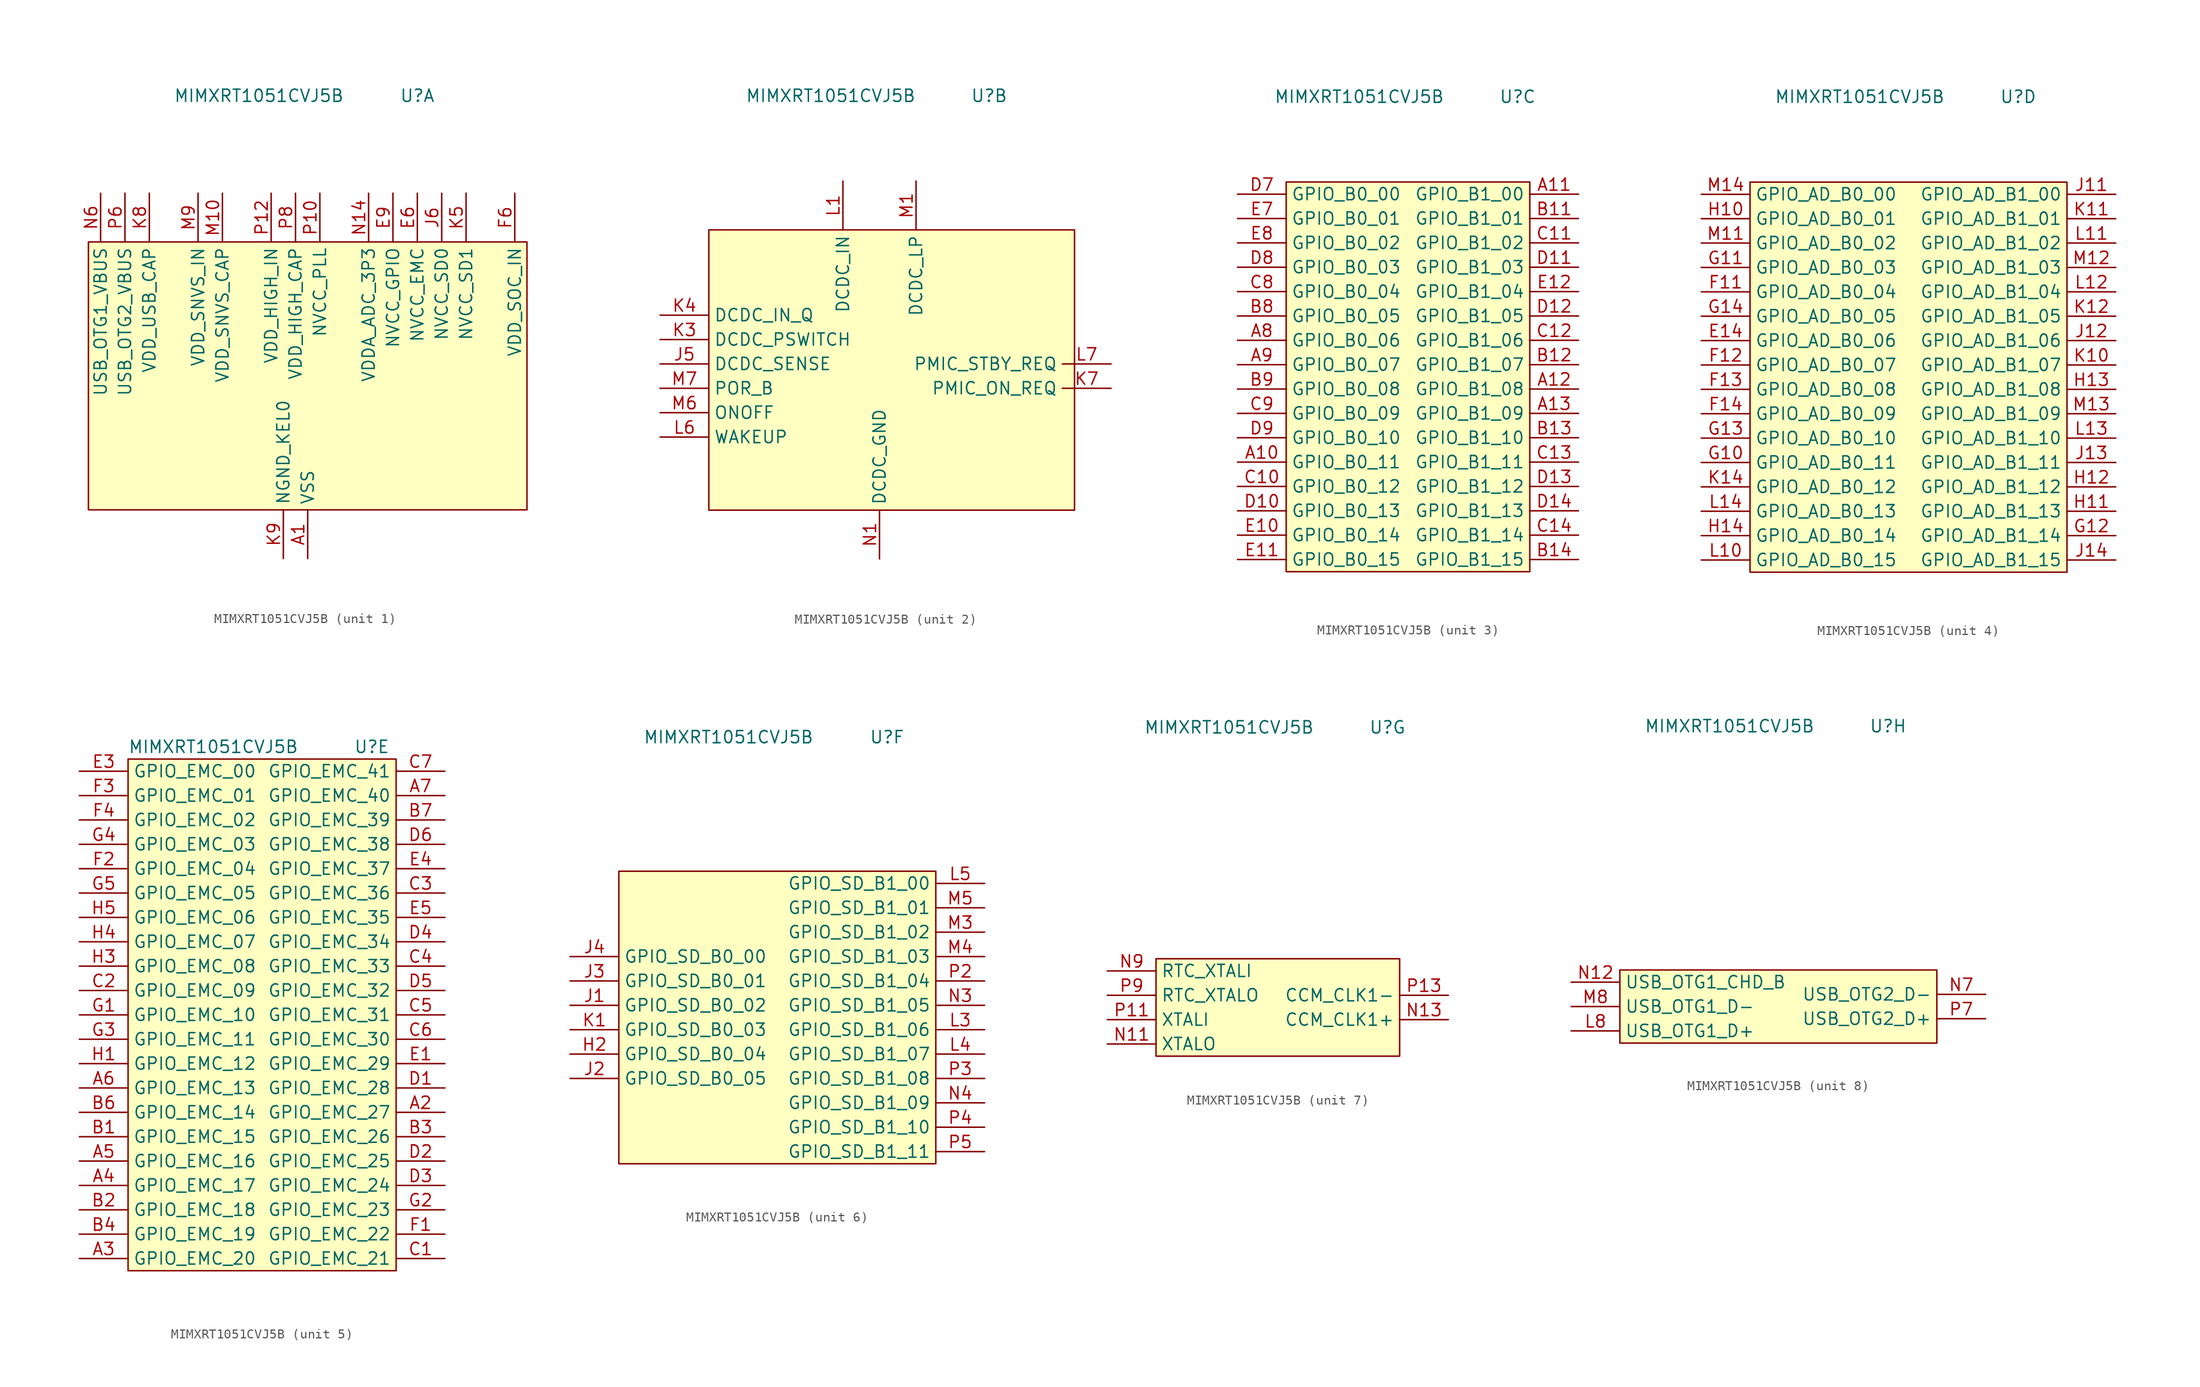
<source format=kicad_sym>
(kicad_symbol_lib
  (version 20211014)
  (generator kicad_symbol_editor)
  (symbol "MIMXRT1051CVJ5B"
    (property "Reference" "U"
      (at 11.43 29.21 0)
      (effects (font (size 1.27 1.27))))
    (property "Value" "MIMXRT1051CVJ5B"
      (at -5.08 29.21 0)
      (effects (font (size 1.27 1.27))))
    (property "ki_locked" ""
      (at 0 0 0)
      (effects (font (size 1.27 1.27))))
    (symbol "MIMXRT1051CVJ5B_1_0"
      (rectangle (start -22.86 13.97) (end 22.86 -13.97) (stroke (width 0.152) (type default) (color 0 0 0 0)) (fill (type background))))
    (symbol "MIMXRT1051CVJ5B_1_1"
      (pin power_in line (at 0 -19.05 90) (length 5.08) (name "VSS" (effects (font (size 1.27 1.27)))) (number "A1" (effects (font (size 1.27 1.27)))))
      (pin power_in line (at 0 -19.05 90) (length 5.08) hide (name "VSS" (effects (font (size 1.27 1.27)))) (number "A14" (effects (font (size 1.27 1.27)))))
      (pin power_in line (at 0 -19.05 90) (length 5.08) hide (name "VSS" (effects (font (size 1.27 1.27)))) (number "B10" (effects (font (size 1.27 1.27)))))
      (pin power_in line (at 0 -19.05 90) (length 5.08) hide (name "VSS" (effects (font (size 1.27 1.27)))) (number "B5" (effects (font (size 1.27 1.27)))))
      (pin power_in line (at 0 -19.05 90) (length 5.08) hide (name "VSS" (effects (font (size 1.27 1.27)))) (number "E13" (effects (font (size 1.27 1.27)))))
      (pin power_in line (at 0 -19.05 90) (length 5.08) hide (name "VSS" (effects (font (size 1.27 1.27)))) (number "E2" (effects (font (size 1.27 1.27)))))
      (pin power_in line (at 11.43 19.05 270) (length 5.08) (name "NVCC_EMC" (effects (font (size 1.27 1.27)))) (number "E6" (effects (font (size 1.27 1.27)))))
      (pin power_in line (at 8.89 19.05 270) (length 5.08) (name "NVCC_GPIO" (effects (font (size 1.27 1.27)))) (number "E9" (effects (font (size 1.27 1.27)))))
      (pin power_in line (at 8.89 19.05 270) (length 5.08) hide (name "NVCC_GPIO" (effects (font (size 1.27 1.27)))) (number "F10" (effects (font (size 1.27 1.27)))))
      (pin power_in line (at 11.43 19.05 270) (length 5.08) hide (name "NVCC_EMC" (effects (font (size 1.27 1.27)))) (number "F5" (effects (font (size 1.27 1.27)))))
      (pin power_in line (at 21.59 19.05 270) (length 5.08) (name "VDD_SOC_IN" (effects (font (size 1.27 1.27)))) (number "F6" (effects (font (size 1.27 1.27)))))
      (pin power_in line (at 21.59 19.05 270) (length 5.08) hide (name "VDD_SOC_IN" (effects (font (size 1.27 1.27)))) (number "F7" (effects (font (size 1.27 1.27)))))
      (pin power_in line (at 21.59 19.05 270) (length 5.08) hide (name "VDD_SOC_IN" (effects (font (size 1.27 1.27)))) (number "F8" (effects (font (size 1.27 1.27)))))
      (pin power_in line (at 21.59 19.05 270) (length 5.08) hide (name "VDD_SOC_IN" (effects (font (size 1.27 1.27)))) (number "F9" (effects (font (size 1.27 1.27)))))
      (pin power_in line (at 21.59 19.05 270) (length 5.08) hide (name "VDD_SOC_IN" (effects (font (size 1.27 1.27)))) (number "G6" (effects (font (size 1.27 1.27)))))
      (pin power_in line (at 0 -19.05 90) (length 5.08) hide (name "VSS" (effects (font (size 1.27 1.27)))) (number "G7" (effects (font (size 1.27 1.27)))))
      (pin power_in line (at 0 -19.05 90) (length 5.08) hide (name "VSS" (effects (font (size 1.27 1.27)))) (number "G8" (effects (font (size 1.27 1.27)))))
      (pin power_in line (at 21.59 19.05 270) (length 5.08) hide (name "VDD_SOC_IN" (effects (font (size 1.27 1.27)))) (number "G9" (effects (font (size 1.27 1.27)))))
      (pin power_in line (at 21.59 19.05 270) (length 5.08) hide (name "VDD_SOC_IN" (effects (font (size 1.27 1.27)))) (number "H6" (effects (font (size 1.27 1.27)))))
      (pin power_in line (at 0 -19.05 90) (length 5.08) hide (name "VSS" (effects (font (size 1.27 1.27)))) (number "H7" (effects (font (size 1.27 1.27)))))
      (pin power_in line (at 0 -19.05 90) (length 5.08) hide (name "VSS" (effects (font (size 1.27 1.27)))) (number "H8" (effects (font (size 1.27 1.27)))))
      (pin power_in line (at 21.59 19.05 270) (length 5.08) hide (name "VDD_SOC_IN" (effects (font (size 1.27 1.27)))) (number "H9" (effects (font (size 1.27 1.27)))))
      (pin power_in line (at 8.89 19.05 270) (length 5.08) hide (name "NVCC_GPIO" (effects (font (size 1.27 1.27)))) (number "J10" (effects (font (size 1.27 1.27)))))
      (pin power_in line (at 13.97 19.05 270) (length 5.08) (name "NVCC_SD0" (effects (font (size 1.27 1.27)))) (number "J6" (effects (font (size 1.27 1.27)))))
      (pin power_in line (at 0 -19.05 90) (length 5.08) hide (name "VSS" (effects (font (size 1.27 1.27)))) (number "J7" (effects (font (size 1.27 1.27)))))
      (pin power_in line (at 0 -19.05 90) (length 5.08) hide (name "VSS" (effects (font (size 1.27 1.27)))) (number "J8" (effects (font (size 1.27 1.27)))))
      (pin power_in line (at 21.59 19.05 270) (length 5.08) hide (name "VDD_SOC_IN" (effects (font (size 1.27 1.27)))) (number "J9" (effects (font (size 1.27 1.27)))))
      (pin power_in line (at 0 -19.05 90) (length 5.08) hide (name "VSS" (effects (font (size 1.27 1.27)))) (number "K13" (effects (font (size 1.27 1.27)))))
      (pin power_in line (at 0 -19.05 90) (length 5.08) hide (name "VSS" (effects (font (size 1.27 1.27)))) (number "K2" (effects (font (size 1.27 1.27)))))
      (pin power_in line (at 16.51 19.05 270) (length 5.08) (name "NVCC_SD1" (effects (font (size 1.27 1.27)))) (number "K5" (effects (font (size 1.27 1.27)))))
      (pin input line (at -22.86 -3.81 0) (length 5.08) hide (name "TEST_MODE" (effects (font (size 1.27 1.27)))) (number "K6" (effects (font (size 1.27 1.27)))))
      (pin passive line (at -16.51 19.05 270) (length 5.08) (name "VDD_USB_CAP" (effects (font (size 1.27 1.27)))) (number "K8" (effects (font (size 1.27 1.27)))))
      (pin power_in line (at -2.54 -19.05 90) (length 5.08) (name "NGND_KEL0" (effects (font (size 1.27 1.27)))) (number "K9" (effects (font (size 1.27 1.27)))))
      (pin power_in line (at 0 -19.05 90) (length 5.08) hide (name "VSS" (effects (font (size 1.27 1.27)))) (number "L9" (effects (font (size 1.27 1.27)))))
      (pin passive line (at -8.89 19.05 270) (length 5.08) (name "VDD_SNVS_CAP" (effects (font (size 1.27 1.27)))) (number "M10" (effects (font (size 1.27 1.27)))))
      (pin power_in line (at -11.43 19.05 270) (length 5.08) (name "VDD_SNVS_IN" (effects (font (size 1.27 1.27)))) (number "M9" (effects (font (size 1.27 1.27)))))
      (pin output line (at -22.86 -6.35 0) (length 5.08) hide (name "GPANAIO" (effects (font (size 1.27 1.27)))) (number "N10" (effects (font (size 1.27 1.27)))))
      (pin power_in line (at 6.35 19.05 270) (length 5.08) (name "VDDA_ADC_3P3" (effects (font (size 1.27 1.27)))) (number "N14" (effects (font (size 1.27 1.27)))))
      (pin power_in line (at 0 -19.05 90) (length 5.08) hide (name "VSS" (effects (font (size 1.27 1.27)))) (number "N5" (effects (font (size 1.27 1.27)))))
      (pin power_in line (at -21.59 19.05 270) (length 5.08) (name "USB_OTG1_VBUS" (effects (font (size 1.27 1.27)))) (number "N6" (effects (font (size 1.27 1.27)))))
      (pin power_in line (at 0 -19.05 90) (length 5.08) hide (name "VSS" (effects (font (size 1.27 1.27)))) (number "N8" (effects (font (size 1.27 1.27)))))
      (pin power_in line (at 0 -19.05 90) (length 5.08) hide (name "VSS" (effects (font (size 1.27 1.27)))) (number "P1" (effects (font (size 1.27 1.27)))))
      (pin input line (at 1.27 19.05 270) (length 5.08) (name "NVCC_PLL" (effects (font (size 1.27 1.27)))) (number "P10" (effects (font (size 1.27 1.27)))))
      (pin power_in line (at -3.81 19.05 270) (length 5.08) (name "VDD_HIGH_IN" (effects (font (size 1.27 1.27)))) (number "P12" (effects (font (size 1.27 1.27)))))
      (pin power_in line (at 0 -19.05 90) (length 5.08) hide (name "VSS" (effects (font (size 1.27 1.27)))) (number "P14" (effects (font (size 1.27 1.27)))))
      (pin power_in line (at -19.05 19.05 270) (length 5.08) (name "USB_OTG2_VBUS" (effects (font (size 1.27 1.27)))) (number "P6" (effects (font (size 1.27 1.27)))))
      (pin passive line (at -1.27 19.05 270) (length 5.08) (name "VDD_HIGH_CAP" (effects (font (size 1.27 1.27)))) (number "P8" (effects (font (size 1.27 1.27))))))
    (symbol "MIMXRT1051CVJ5B_2_0"
      (rectangle (start -17.78 15.24) (end 20.32 -13.97) (stroke (width 0.152) (type default) (color 0 0 0 0)) (fill (type background))))
    (symbol "MIMXRT1051CVJ5B_2_1"
      (pin input line (at -22.86 1.27 0) (length 5.08) (name "DCDC_SENSE" (effects (font (size 1.27 1.27)))) (number "J5" (effects (font (size 1.27 1.27)))))
      (pin input line (at -22.86 3.81 0) (length 5.08) (name "DCDC_PSWITCH" (effects (font (size 1.27 1.27)))) (number "K3" (effects (font (size 1.27 1.27)))))
      (pin input line (at -22.86 6.35 0) (length 5.08) (name "DCDC_IN_Q" (effects (font (size 1.27 1.27)))) (number "K4" (effects (font (size 1.27 1.27)))))
      (pin output line (at 24.13 -1.27 180) (length 5.08) (name "PMIC_ON_REQ" (effects (font (size 1.27 1.27)))) (number "K7" (effects (font (size 1.27 1.27)))))
      (pin power_in line (at -3.81 20.32 270) (length 5.08) (name "DCDC_IN" (effects (font (size 1.27 1.27)))) (number "L1" (effects (font (size 1.27 1.27)))))
      (pin power_in line (at -3.81 20.32 270) (length 5.08) hide (name "DCDC_IN" (effects (font (size 1.27 1.27)))) (number "L2" (effects (font (size 1.27 1.27)))))
      (pin input line (at -22.86 -6.35 0) (length 5.08) (name "WAKEUP" (effects (font (size 1.27 1.27)))) (number "L6" (effects (font (size 1.27 1.27)))))
      (pin output line (at 24.13 1.27 180) (length 5.08) (name "PMIC_STBY_REQ" (effects (font (size 1.27 1.27)))) (number "L7" (effects (font (size 1.27 1.27)))))
      (pin power_out line (at 3.81 20.32 270) (length 5.08) (name "DCDC_LP" (effects (font (size 1.27 1.27)))) (number "M1" (effects (font (size 1.27 1.27)))))
      (pin power_out line (at 3.81 20.32 270) (length 5.08) hide (name "DCDC_LP" (effects (font (size 1.27 1.27)))) (number "M2" (effects (font (size 1.27 1.27)))))
      (pin input line (at -22.86 -3.81 0) (length 5.08) (name "ONOFF" (effects (font (size 1.27 1.27)))) (number "M6" (effects (font (size 1.27 1.27)))))
      (pin input line (at -22.86 -1.27 0) (length 5.08) (name "POR_B" (effects (font (size 1.27 1.27)))) (number "M7" (effects (font (size 1.27 1.27)))))
      (pin power_in line (at 0 -19.05 90) (length 5.08) (name "DCDC_GND" (effects (font (size 1.27 1.27)))) (number "N1" (effects (font (size 1.27 1.27)))))
      (pin power_in line (at 0 -19.05 90) (length 5.08) hide (name "DCDC_GND" (effects (font (size 1.27 1.27)))) (number "N2" (effects (font (size 1.27 1.27))))))
    (symbol "MIMXRT1051CVJ5B_3_1"
      (rectangle (start -12.7 20.32) (end 12.7 -20.32) (stroke (width 0.152) (type default) (color 0 0 0 0)) (fill (type background)))
      (pin bidirectional line (at -17.78 -8.89 0) (length 5.08) (name "GPIO_B0_11" (effects (font (size 1.27 1.27)))) (number "A10" (effects (font (size 1.27 1.27)))))
      (pin bidirectional line (at 17.78 19.05 180) (length 5.08) (name "GPIO_B1_00" (effects (font (size 1.27 1.27)))) (number "A11" (effects (font (size 1.27 1.27)))))
      (pin bidirectional line (at 17.78 -1.27 180) (length 5.08) (name "GPIO_B1_08" (effects (font (size 1.27 1.27)))) (number "A12" (effects (font (size 1.27 1.27)))))
      (pin bidirectional line (at 17.78 -3.81 180) (length 5.08) (name "GPIO_B1_09" (effects (font (size 1.27 1.27)))) (number "A13" (effects (font (size 1.27 1.27)))))
      (pin bidirectional line (at -17.78 3.81 0) (length 5.08) (name "GPIO_B0_06" (effects (font (size 1.27 1.27)))) (number "A8" (effects (font (size 1.27 1.27)))))
      (pin bidirectional line (at -17.78 1.27 0) (length 5.08) (name "GPIO_B0_07" (effects (font (size 1.27 1.27)))) (number "A9" (effects (font (size 1.27 1.27)))))
      (pin bidirectional line (at 17.78 16.51 180) (length 5.08) (name "GPIO_B1_01" (effects (font (size 1.27 1.27)))) (number "B11" (effects (font (size 1.27 1.27)))))
      (pin bidirectional line (at 17.78 1.27 180) (length 5.08) (name "GPIO_B1_07" (effects (font (size 1.27 1.27)))) (number "B12" (effects (font (size 1.27 1.27)))))
      (pin bidirectional line (at 17.78 -6.35 180) (length 5.08) (name "GPIO_B1_10" (effects (font (size 1.27 1.27)))) (number "B13" (effects (font (size 1.27 1.27)))))
      (pin bidirectional line (at 17.78 -19.05 180) (length 5.08) (name "GPIO_B1_15" (effects (font (size 1.27 1.27)))) (number "B14" (effects (font (size 1.27 1.27)))))
      (pin bidirectional line (at -17.78 6.35 0) (length 5.08) (name "GPIO_B0_05" (effects (font (size 1.27 1.27)))) (number "B8" (effects (font (size 1.27 1.27)))))
      (pin bidirectional line (at -17.78 -1.27 0) (length 5.08) (name "GPIO_B0_08" (effects (font (size 1.27 1.27)))) (number "B9" (effects (font (size 1.27 1.27)))))
      (pin bidirectional line (at -17.78 -11.43 0) (length 5.08) (name "GPIO_B0_12" (effects (font (size 1.27 1.27)))) (number "C10" (effects (font (size 1.27 1.27)))))
      (pin bidirectional line (at 17.78 13.97 180) (length 5.08) (name "GPIO_B1_02" (effects (font (size 1.27 1.27)))) (number "C11" (effects (font (size 1.27 1.27)))))
      (pin bidirectional line (at 17.78 3.81 180) (length 5.08) (name "GPIO_B1_06" (effects (font (size 1.27 1.27)))) (number "C12" (effects (font (size 1.27 1.27)))))
      (pin bidirectional line (at 17.78 -8.89 180) (length 5.08) (name "GPIO_B1_11" (effects (font (size 1.27 1.27)))) (number "C13" (effects (font (size 1.27 1.27)))))
      (pin bidirectional line (at 17.78 -16.51 180) (length 5.08) (name "GPIO_B1_14" (effects (font (size 1.27 1.27)))) (number "C14" (effects (font (size 1.27 1.27)))))
      (pin bidirectional line (at -17.78 8.89 0) (length 5.08) (name "GPIO_B0_04" (effects (font (size 1.27 1.27)))) (number "C8" (effects (font (size 1.27 1.27)))))
      (pin bidirectional line (at -17.78 -3.81 0) (length 5.08) (name "GPIO_B0_09" (effects (font (size 1.27 1.27)))) (number "C9" (effects (font (size 1.27 1.27)))))
      (pin bidirectional line (at -17.78 -13.97 0) (length 5.08) (name "GPIO_B0_13" (effects (font (size 1.27 1.27)))) (number "D10" (effects (font (size 1.27 1.27)))))
      (pin bidirectional line (at 17.78 11.43 180) (length 5.08) (name "GPIO_B1_03" (effects (font (size 1.27 1.27)))) (number "D11" (effects (font (size 1.27 1.27)))))
      (pin bidirectional line (at 17.78 6.35 180) (length 5.08) (name "GPIO_B1_05" (effects (font (size 1.27 1.27)))) (number "D12" (effects (font (size 1.27 1.27)))))
      (pin bidirectional line (at 17.78 -11.43 180) (length 5.08) (name "GPIO_B1_12" (effects (font (size 1.27 1.27)))) (number "D13" (effects (font (size 1.27 1.27)))))
      (pin bidirectional line (at 17.78 -13.97 180) (length 5.08) (name "GPIO_B1_13" (effects (font (size 1.27 1.27)))) (number "D14" (effects (font (size 1.27 1.27)))))
      (pin bidirectional line (at -17.78 19.05 0) (length 5.08) (name "GPIO_B0_00" (effects (font (size 1.27 1.27)))) (number "D7" (effects (font (size 1.27 1.27)))))
      (pin bidirectional line (at -17.78 11.43 0) (length 5.08) (name "GPIO_B0_03" (effects (font (size 1.27 1.27)))) (number "D8" (effects (font (size 1.27 1.27)))))
      (pin bidirectional line (at -17.78 -6.35 0) (length 5.08) (name "GPIO_B0_10" (effects (font (size 1.27 1.27)))) (number "D9" (effects (font (size 1.27 1.27)))))
      (pin bidirectional line (at -17.78 -16.51 0) (length 5.08) (name "GPIO_B0_14" (effects (font (size 1.27 1.27)))) (number "E10" (effects (font (size 1.27 1.27)))))
      (pin bidirectional line (at -17.78 -19.05 0) (length 5.08) (name "GPIO_B0_15" (effects (font (size 1.27 1.27)))) (number "E11" (effects (font (size 1.27 1.27)))))
      (pin bidirectional line (at 17.78 8.89 180) (length 5.08) (name "GPIO_B1_04" (effects (font (size 1.27 1.27)))) (number "E12" (effects (font (size 1.27 1.27)))))
      (pin bidirectional line (at -17.78 16.51 0) (length 5.08) (name "GPIO_B0_01" (effects (font (size 1.27 1.27)))) (number "E7" (effects (font (size 1.27 1.27)))))
      (pin bidirectional line (at -17.78 13.97 0) (length 5.08) (name "GPIO_B0_02" (effects (font (size 1.27 1.27)))) (number "E8" (effects (font (size 1.27 1.27))))))
    (symbol "MIMXRT1051CVJ5B_4_1"
      (rectangle (start -16.51 20.32) (end 16.51 -20.32) (stroke (width 0.152) (type default) (color 0 0 0 0)) (fill (type background)))
      (pin bidirectional line (at -21.59 3.81 0) (length 5.08) (name "GPIO_AD_B0_06" (effects (font (size 1.27 1.27)))) (number "E14" (effects (font (size 1.27 1.27)))))
      (pin bidirectional line (at -21.59 8.89 0) (length 5.08) (name "GPIO_AD_B0_04" (effects (font (size 1.27 1.27)))) (number "F11" (effects (font (size 1.27 1.27)))))
      (pin bidirectional line (at -21.59 1.27 0) (length 5.08) (name "GPIO_AD_B0_07" (effects (font (size 1.27 1.27)))) (number "F12" (effects (font (size 1.27 1.27)))))
      (pin bidirectional line (at -21.59 -1.27 0) (length 5.08) (name "GPIO_AD_B0_08" (effects (font (size 1.27 1.27)))) (number "F13" (effects (font (size 1.27 1.27)))))
      (pin bidirectional line (at -21.59 -3.81 0) (length 5.08) (name "GPIO_AD_B0_09" (effects (font (size 1.27 1.27)))) (number "F14" (effects (font (size 1.27 1.27)))))
      (pin bidirectional line (at -21.59 -8.89 0) (length 5.08) (name "GPIO_AD_B0_11" (effects (font (size 1.27 1.27)))) (number "G10" (effects (font (size 1.27 1.27)))))
      (pin bidirectional line (at -21.59 11.43 0) (length 5.08) (name "GPIO_AD_B0_03" (effects (font (size 1.27 1.27)))) (number "G11" (effects (font (size 1.27 1.27)))))
      (pin bidirectional line (at 21.59 -16.51 180) (length 5.08) (name "GPIO_AD_B1_14" (effects (font (size 1.27 1.27)))) (number "G12" (effects (font (size 1.27 1.27)))))
      (pin bidirectional line (at -21.59 -6.35 0) (length 5.08) (name "GPIO_AD_B0_10" (effects (font (size 1.27 1.27)))) (number "G13" (effects (font (size 1.27 1.27)))))
      (pin bidirectional line (at -21.59 6.35 0) (length 5.08) (name "GPIO_AD_B0_05" (effects (font (size 1.27 1.27)))) (number "G14" (effects (font (size 1.27 1.27)))))
      (pin bidirectional line (at -21.59 16.51 0) (length 5.08) (name "GPIO_AD_B0_01" (effects (font (size 1.27 1.27)))) (number "H10" (effects (font (size 1.27 1.27)))))
      (pin bidirectional line (at 21.59 -13.97 180) (length 5.08) (name "GPIO_AD_B1_13" (effects (font (size 1.27 1.27)))) (number "H11" (effects (font (size 1.27 1.27)))))
      (pin bidirectional line (at 21.59 -11.43 180) (length 5.08) (name "GPIO_AD_B1_12" (effects (font (size 1.27 1.27)))) (number "H12" (effects (font (size 1.27 1.27)))))
      (pin bidirectional line (at 21.59 -1.27 180) (length 5.08) (name "GPIO_AD_B1_08" (effects (font (size 1.27 1.27)))) (number "H13" (effects (font (size 1.27 1.27)))))
      (pin bidirectional line (at -21.59 -16.51 0) (length 5.08) (name "GPIO_AD_B0_14" (effects (font (size 1.27 1.27)))) (number "H14" (effects (font (size 1.27 1.27)))))
      (pin bidirectional line (at 21.59 19.05 180) (length 5.08) (name "GPIO_AD_B1_00" (effects (font (size 1.27 1.27)))) (number "J11" (effects (font (size 1.27 1.27)))))
      (pin bidirectional line (at 21.59 3.81 180) (length 5.08) (name "GPIO_AD_B1_06" (effects (font (size 1.27 1.27)))) (number "J12" (effects (font (size 1.27 1.27)))))
      (pin bidirectional line (at 21.59 -8.89 180) (length 5.08) (name "GPIO_AD_B1_11" (effects (font (size 1.27 1.27)))) (number "J13" (effects (font (size 1.27 1.27)))))
      (pin bidirectional line (at 21.59 -19.05 180) (length 5.08) (name "GPIO_AD_B1_15" (effects (font (size 1.27 1.27)))) (number "J14" (effects (font (size 1.27 1.27)))))
      (pin bidirectional line (at 21.59 1.27 180) (length 5.08) (name "GPIO_AD_B1_07" (effects (font (size 1.27 1.27)))) (number "K10" (effects (font (size 1.27 1.27)))))
      (pin bidirectional line (at 21.59 16.51 180) (length 5.08) (name "GPIO_AD_B1_01" (effects (font (size 1.27 1.27)))) (number "K11" (effects (font (size 1.27 1.27)))))
      (pin bidirectional line (at 21.59 6.35 180) (length 5.08) (name "GPIO_AD_B1_05" (effects (font (size 1.27 1.27)))) (number "K12" (effects (font (size 1.27 1.27)))))
      (pin bidirectional line (at -21.59 -11.43 0) (length 5.08) (name "GPIO_AD_B0_12" (effects (font (size 1.27 1.27)))) (number "K14" (effects (font (size 1.27 1.27)))))
      (pin bidirectional line (at -21.59 -19.05 0) (length 5.08) (name "GPIO_AD_B0_15" (effects (font (size 1.27 1.27)))) (number "L10" (effects (font (size 1.27 1.27)))))
      (pin bidirectional line (at 21.59 13.97 180) (length 5.08) (name "GPIO_AD_B1_02" (effects (font (size 1.27 1.27)))) (number "L11" (effects (font (size 1.27 1.27)))))
      (pin bidirectional line (at 21.59 8.89 180) (length 5.08) (name "GPIO_AD_B1_04" (effects (font (size 1.27 1.27)))) (number "L12" (effects (font (size 1.27 1.27)))))
      (pin bidirectional line (at 21.59 -6.35 180) (length 5.08) (name "GPIO_AD_B1_10" (effects (font (size 1.27 1.27)))) (number "L13" (effects (font (size 1.27 1.27)))))
      (pin bidirectional line (at -21.59 -13.97 0) (length 5.08) (name "GPIO_AD_B0_13" (effects (font (size 1.27 1.27)))) (number "L14" (effects (font (size 1.27 1.27)))))
      (pin bidirectional line (at -21.59 13.97 0) (length 5.08) (name "GPIO_AD_B0_02" (effects (font (size 1.27 1.27)))) (number "M11" (effects (font (size 1.27 1.27)))))
      (pin bidirectional line (at 21.59 11.43 180) (length 5.08) (name "GPIO_AD_B1_03" (effects (font (size 1.27 1.27)))) (number "M12" (effects (font (size 1.27 1.27)))))
      (pin bidirectional line (at 21.59 -3.81 180) (length 5.08) (name "GPIO_AD_B1_09" (effects (font (size 1.27 1.27)))) (number "M13" (effects (font (size 1.27 1.27)))))
      (pin bidirectional line (at -21.59 19.05 0) (length 5.08) (name "GPIO_AD_B0_00" (effects (font (size 1.27 1.27)))) (number "M14" (effects (font (size 1.27 1.27))))))
    (symbol "MIMXRT1051CVJ5B_5_1"
      (rectangle (start -13.97 27.94) (end 13.97 -25.4) (stroke (width 0.152) (type default) (color 0 0 0 0)) (fill (type background)))
      (pin bidirectional line (at 19.05 -8.89 180) (length 5.08) (name "GPIO_EMC_27" (effects (font (size 1.27 1.27)))) (number "A2" (effects (font (size 1.27 1.27)))))
      (pin bidirectional line (at -19.05 -24.13 0) (length 5.08) (name "GPIO_EMC_20" (effects (font (size 1.27 1.27)))) (number "A3" (effects (font (size 1.27 1.27)))))
      (pin bidirectional line (at -19.05 -16.51 0) (length 5.08) (name "GPIO_EMC_17" (effects (font (size 1.27 1.27)))) (number "A4" (effects (font (size 1.27 1.27)))))
      (pin bidirectional line (at -19.05 -13.97 0) (length 5.08) (name "GPIO_EMC_16" (effects (font (size 1.27 1.27)))) (number "A5" (effects (font (size 1.27 1.27)))))
      (pin bidirectional line (at -19.05 -6.35 0) (length 5.08) (name "GPIO_EMC_13" (effects (font (size 1.27 1.27)))) (number "A6" (effects (font (size 1.27 1.27)))))
      (pin bidirectional line (at 19.05 24.13 180) (length 5.08) (name "GPIO_EMC_40" (effects (font (size 1.27 1.27)))) (number "A7" (effects (font (size 1.27 1.27)))))
      (pin bidirectional line (at -19.05 -11.43 0) (length 5.08) (name "GPIO_EMC_15" (effects (font (size 1.27 1.27)))) (number "B1" (effects (font (size 1.27 1.27)))))
      (pin bidirectional line (at -19.05 -19.05 0) (length 5.08) (name "GPIO_EMC_18" (effects (font (size 1.27 1.27)))) (number "B2" (effects (font (size 1.27 1.27)))))
      (pin bidirectional line (at 19.05 -11.43 180) (length 5.08) (name "GPIO_EMC_26" (effects (font (size 1.27 1.27)))) (number "B3" (effects (font (size 1.27 1.27)))))
      (pin bidirectional line (at -19.05 -21.59 0) (length 5.08) (name "GPIO_EMC_19" (effects (font (size 1.27 1.27)))) (number "B4" (effects (font (size 1.27 1.27)))))
      (pin bidirectional line (at -19.05 -8.89 0) (length 5.08) (name "GPIO_EMC_14" (effects (font (size 1.27 1.27)))) (number "B6" (effects (font (size 1.27 1.27)))))
      (pin bidirectional line (at 19.05 21.59 180) (length 5.08) (name "GPIO_EMC_39" (effects (font (size 1.27 1.27)))) (number "B7" (effects (font (size 1.27 1.27)))))
      (pin bidirectional line (at 19.05 -24.13 180) (length 5.08) (name "GPIO_EMC_21" (effects (font (size 1.27 1.27)))) (number "C1" (effects (font (size 1.27 1.27)))))
      (pin bidirectional line (at -19.05 3.81 0) (length 5.08) (name "GPIO_EMC_09" (effects (font (size 1.27 1.27)))) (number "C2" (effects (font (size 1.27 1.27)))))
      (pin bidirectional line (at 19.05 13.97 180) (length 5.08) (name "GPIO_EMC_36" (effects (font (size 1.27 1.27)))) (number "C3" (effects (font (size 1.27 1.27)))))
      (pin bidirectional line (at 19.05 6.35 180) (length 5.08) (name "GPIO_EMC_33" (effects (font (size 1.27 1.27)))) (number "C4" (effects (font (size 1.27 1.27)))))
      (pin bidirectional line (at 19.05 1.27 180) (length 5.08) (name "GPIO_EMC_31" (effects (font (size 1.27 1.27)))) (number "C5" (effects (font (size 1.27 1.27)))))
      (pin bidirectional line (at 19.05 -1.27 180) (length 5.08) (name "GPIO_EMC_30" (effects (font (size 1.27 1.27)))) (number "C6" (effects (font (size 1.27 1.27)))))
      (pin bidirectional line (at 19.05 26.67 180) (length 5.08) (name "GPIO_EMC_41" (effects (font (size 1.27 1.27)))) (number "C7" (effects (font (size 1.27 1.27)))))
      (pin bidirectional line (at 19.05 -6.35 180) (length 5.08) (name "GPIO_EMC_28" (effects (font (size 1.27 1.27)))) (number "D1" (effects (font (size 1.27 1.27)))))
      (pin bidirectional line (at 19.05 -13.97 180) (length 5.08) (name "GPIO_EMC_25" (effects (font (size 1.27 1.27)))) (number "D2" (effects (font (size 1.27 1.27)))))
      (pin bidirectional line (at 19.05 -16.51 180) (length 5.08) (name "GPIO_EMC_24" (effects (font (size 1.27 1.27)))) (number "D3" (effects (font (size 1.27 1.27)))))
      (pin bidirectional line (at 19.05 8.89 180) (length 5.08) (name "GPIO_EMC_34" (effects (font (size 1.27 1.27)))) (number "D4" (effects (font (size 1.27 1.27)))))
      (pin bidirectional line (at 19.05 3.81 180) (length 5.08) (name "GPIO_EMC_32" (effects (font (size 1.27 1.27)))) (number "D5" (effects (font (size 1.27 1.27)))))
      (pin bidirectional line (at 19.05 19.05 180) (length 5.08) (name "GPIO_EMC_38" (effects (font (size 1.27 1.27)))) (number "D6" (effects (font (size 1.27 1.27)))))
      (pin bidirectional line (at 19.05 -3.81 180) (length 5.08) (name "GPIO_EMC_29" (effects (font (size 1.27 1.27)))) (number "E1" (effects (font (size 1.27 1.27)))))
      (pin bidirectional line (at -19.05 26.67 0) (length 5.08) (name "GPIO_EMC_00" (effects (font (size 1.27 1.27)))) (number "E3" (effects (font (size 1.27 1.27)))))
      (pin bidirectional line (at 19.05 16.51 180) (length 5.08) (name "GPIO_EMC_37" (effects (font (size 1.27 1.27)))) (number "E4" (effects (font (size 1.27 1.27)))))
      (pin bidirectional line (at 19.05 11.43 180) (length 5.08) (name "GPIO_EMC_35" (effects (font (size 1.27 1.27)))) (number "E5" (effects (font (size 1.27 1.27)))))
      (pin bidirectional line (at 19.05 -21.59 180) (length 5.08) (name "GPIO_EMC_22" (effects (font (size 1.27 1.27)))) (number "F1" (effects (font (size 1.27 1.27)))))
      (pin bidirectional line (at -19.05 16.51 0) (length 5.08) (name "GPIO_EMC_04" (effects (font (size 1.27 1.27)))) (number "F2" (effects (font (size 1.27 1.27)))))
      (pin bidirectional line (at -19.05 24.13 0) (length 5.08) (name "GPIO_EMC_01" (effects (font (size 1.27 1.27)))) (number "F3" (effects (font (size 1.27 1.27)))))
      (pin bidirectional line (at -19.05 21.59 0) (length 5.08) (name "GPIO_EMC_02" (effects (font (size 1.27 1.27)))) (number "F4" (effects (font (size 1.27 1.27)))))
      (pin bidirectional line (at -19.05 1.27 0) (length 5.08) (name "GPIO_EMC_10" (effects (font (size 1.27 1.27)))) (number "G1" (effects (font (size 1.27 1.27)))))
      (pin bidirectional line (at 19.05 -19.05 180) (length 5.08) (name "GPIO_EMC_23" (effects (font (size 1.27 1.27)))) (number "G2" (effects (font (size 1.27 1.27)))))
      (pin bidirectional line (at -19.05 -1.27 0) (length 5.08) (name "GPIO_EMC_11" (effects (font (size 1.27 1.27)))) (number "G3" (effects (font (size 1.27 1.27)))))
      (pin bidirectional line (at -19.05 19.05 0) (length 5.08) (name "GPIO_EMC_03" (effects (font (size 1.27 1.27)))) (number "G4" (effects (font (size 1.27 1.27)))))
      (pin bidirectional line (at -19.05 13.97 0) (length 5.08) (name "GPIO_EMC_05" (effects (font (size 1.27 1.27)))) (number "G5" (effects (font (size 1.27 1.27)))))
      (pin bidirectional line (at -19.05 -3.81 0) (length 5.08) (name "GPIO_EMC_12" (effects (font (size 1.27 1.27)))) (number "H1" (effects (font (size 1.27 1.27)))))
      (pin bidirectional line (at -19.05 6.35 0) (length 5.08) (name "GPIO_EMC_08" (effects (font (size 1.27 1.27)))) (number "H3" (effects (font (size 1.27 1.27)))))
      (pin bidirectional line (at -19.05 8.89 0) (length 5.08) (name "GPIO_EMC_07" (effects (font (size 1.27 1.27)))) (number "H4" (effects (font (size 1.27 1.27)))))
      (pin bidirectional line (at -19.05 11.43 0) (length 5.08) (name "GPIO_EMC_06" (effects (font (size 1.27 1.27)))) (number "H5" (effects (font (size 1.27 1.27))))))
    (symbol "MIMXRT1051CVJ5B_6_1"
      (rectangle (start -16.51 15.24) (end 16.51 -15.24) (stroke (width 0.152) (type default) (color 0 0 0 0)) (fill (type background)))
      (pin bidirectional line (at -21.59 -3.81 0) (length 5.08) (name "GPIO_SD_B0_04" (effects (font (size 1.27 1.27)))) (number "H2" (effects (font (size 1.27 1.27)))))
      (pin bidirectional line (at -21.59 1.27 0) (length 5.08) (name "GPIO_SD_B0_02" (effects (font (size 1.27 1.27)))) (number "J1" (effects (font (size 1.27 1.27)))))
      (pin bidirectional line (at -21.59 -6.35 0) (length 5.08) (name "GPIO_SD_B0_05" (effects (font (size 1.27 1.27)))) (number "J2" (effects (font (size 1.27 1.27)))))
      (pin bidirectional line (at -21.59 3.81 0) (length 5.08) (name "GPIO_SD_B0_01" (effects (font (size 1.27 1.27)))) (number "J3" (effects (font (size 1.27 1.27)))))
      (pin bidirectional line (at -21.59 6.35 0) (length 5.08) (name "GPIO_SD_B0_00" (effects (font (size 1.27 1.27)))) (number "J4" (effects (font (size 1.27 1.27)))))
      (pin bidirectional line (at -21.59 -1.27 0) (length 5.08) (name "GPIO_SD_B0_03" (effects (font (size 1.27 1.27)))) (number "K1" (effects (font (size 1.27 1.27)))))
      (pin bidirectional line (at 21.59 -1.27 180) (length 5.08) (name "GPIO_SD_B1_06" (effects (font (size 1.27 1.27)))) (number "L3" (effects (font (size 1.27 1.27)))))
      (pin bidirectional line (at 21.59 -3.81 180) (length 5.08) (name "GPIO_SD_B1_07" (effects (font (size 1.27 1.27)))) (number "L4" (effects (font (size 1.27 1.27)))))
      (pin bidirectional line (at 21.59 13.97 180) (length 5.08) (name "GPIO_SD_B1_00" (effects (font (size 1.27 1.27)))) (number "L5" (effects (font (size 1.27 1.27)))))
      (pin bidirectional line (at 21.59 8.89 180) (length 5.08) (name "GPIO_SD_B1_02" (effects (font (size 1.27 1.27)))) (number "M3" (effects (font (size 1.27 1.27)))))
      (pin bidirectional line (at 21.59 6.35 180) (length 5.08) (name "GPIO_SD_B1_03" (effects (font (size 1.27 1.27)))) (number "M4" (effects (font (size 1.27 1.27)))))
      (pin bidirectional line (at 21.59 11.43 180) (length 5.08) (name "GPIO_SD_B1_01" (effects (font (size 1.27 1.27)))) (number "M5" (effects (font (size 1.27 1.27)))))
      (pin bidirectional line (at 21.59 1.27 180) (length 5.08) (name "GPIO_SD_B1_05" (effects (font (size 1.27 1.27)))) (number "N3" (effects (font (size 1.27 1.27)))))
      (pin bidirectional line (at 21.59 -8.89 180) (length 5.08) (name "GPIO_SD_B1_09" (effects (font (size 1.27 1.27)))) (number "N4" (effects (font (size 1.27 1.27)))))
      (pin bidirectional line (at 21.59 3.81 180) (length 5.08) (name "GPIO_SD_B1_04" (effects (font (size 1.27 1.27)))) (number "P2" (effects (font (size 1.27 1.27)))))
      (pin bidirectional line (at 21.59 -6.35 180) (length 5.08) (name "GPIO_SD_B1_08" (effects (font (size 1.27 1.27)))) (number "P3" (effects (font (size 1.27 1.27)))))
      (pin bidirectional line (at 21.59 -11.43 180) (length 5.08) (name "GPIO_SD_B1_10" (effects (font (size 1.27 1.27)))) (number "P4" (effects (font (size 1.27 1.27)))))
      (pin bidirectional line (at 21.59 -13.97 180) (length 5.08) (name "GPIO_SD_B1_11" (effects (font (size 1.27 1.27)))) (number "P5" (effects (font (size 1.27 1.27))))))
    (symbol "MIMXRT1051CVJ5B_7_0"
      (rectangle (start -12.7 5.08) (end 12.7 -5.08) (stroke (width 0.152) (type default) (color 0 0 0 0)) (fill (type background))))
    (symbol "MIMXRT1051CVJ5B_7_1"
      (pin output line (at -17.78 -3.81 0) (length 5.08) (name "XTALO" (effects (font (size 1.27 1.27)))) (number "N11" (effects (font (size 1.27 1.27)))))
      (pin output line (at 17.78 -1.27 180) (length 5.08) (name "CCM_CLK1+" (effects (font (size 1.27 1.27)))) (number "N13" (effects (font (size 1.27 1.27)))))
      (pin input line (at -17.78 3.81 0) (length 5.08) (name "RTC_XTALI" (effects (font (size 1.27 1.27)))) (number "N9" (effects (font (size 1.27 1.27)))))
      (pin input line (at -17.78 -1.27 0) (length 5.08) (name "XTALI" (effects (font (size 1.27 1.27)))) (number "P11" (effects (font (size 1.27 1.27)))))
      (pin output line (at 17.78 1.27 180) (length 5.08) (name "CCM_CLK1-" (effects (font (size 1.27 1.27)))) (number "P13" (effects (font (size 1.27 1.27)))))
      (pin output line (at -17.78 1.27 0) (length 5.08) (name "RTC_XTALO" (effects (font (size 1.27 1.27)))) (number "P9" (effects (font (size 1.27 1.27))))))
    (symbol "MIMXRT1051CVJ5B_8_0"
      (rectangle (start -16.51 3.81) (end 16.51 -3.81) (stroke (width 0.152) (type default) (color 0 0 0 0)) (fill (type background))))
    (symbol "MIMXRT1051CVJ5B_8_1"
      (pin bidirectional line (at -21.59 -2.54 0) (length 5.08) (name "USB_OTG1_D+" (effects (font (size 1.27 1.27)))) (number "L8" (effects (font (size 1.27 1.27)))))
      (pin bidirectional line (at -21.59 0 0) (length 5.08) (name "USB_OTG1_D-" (effects (font (size 1.27 1.27)))) (number "M8" (effects (font (size 1.27 1.27)))))
      (pin output line (at -21.59 2.54 0) (length 5.08) (name "USB_OTG1_CHD_B" (effects (font (size 1.27 1.27)))) (number "N12" (effects (font (size 1.27 1.27)))))
      (pin bidirectional line (at 21.59 1.27 180) (length 5.08) (name "USB_OTG2_D-" (effects (font (size 1.27 1.27)))) (number "N7" (effects (font (size 1.27 1.27)))))
      (pin bidirectional line (at 21.59 -1.27 180) (length 5.08) (name "USB_OTG2_D+" (effects (font (size 1.27 1.27)))) (number "P7" (effects (font (size 1.27 1.27))))))))
</source>
